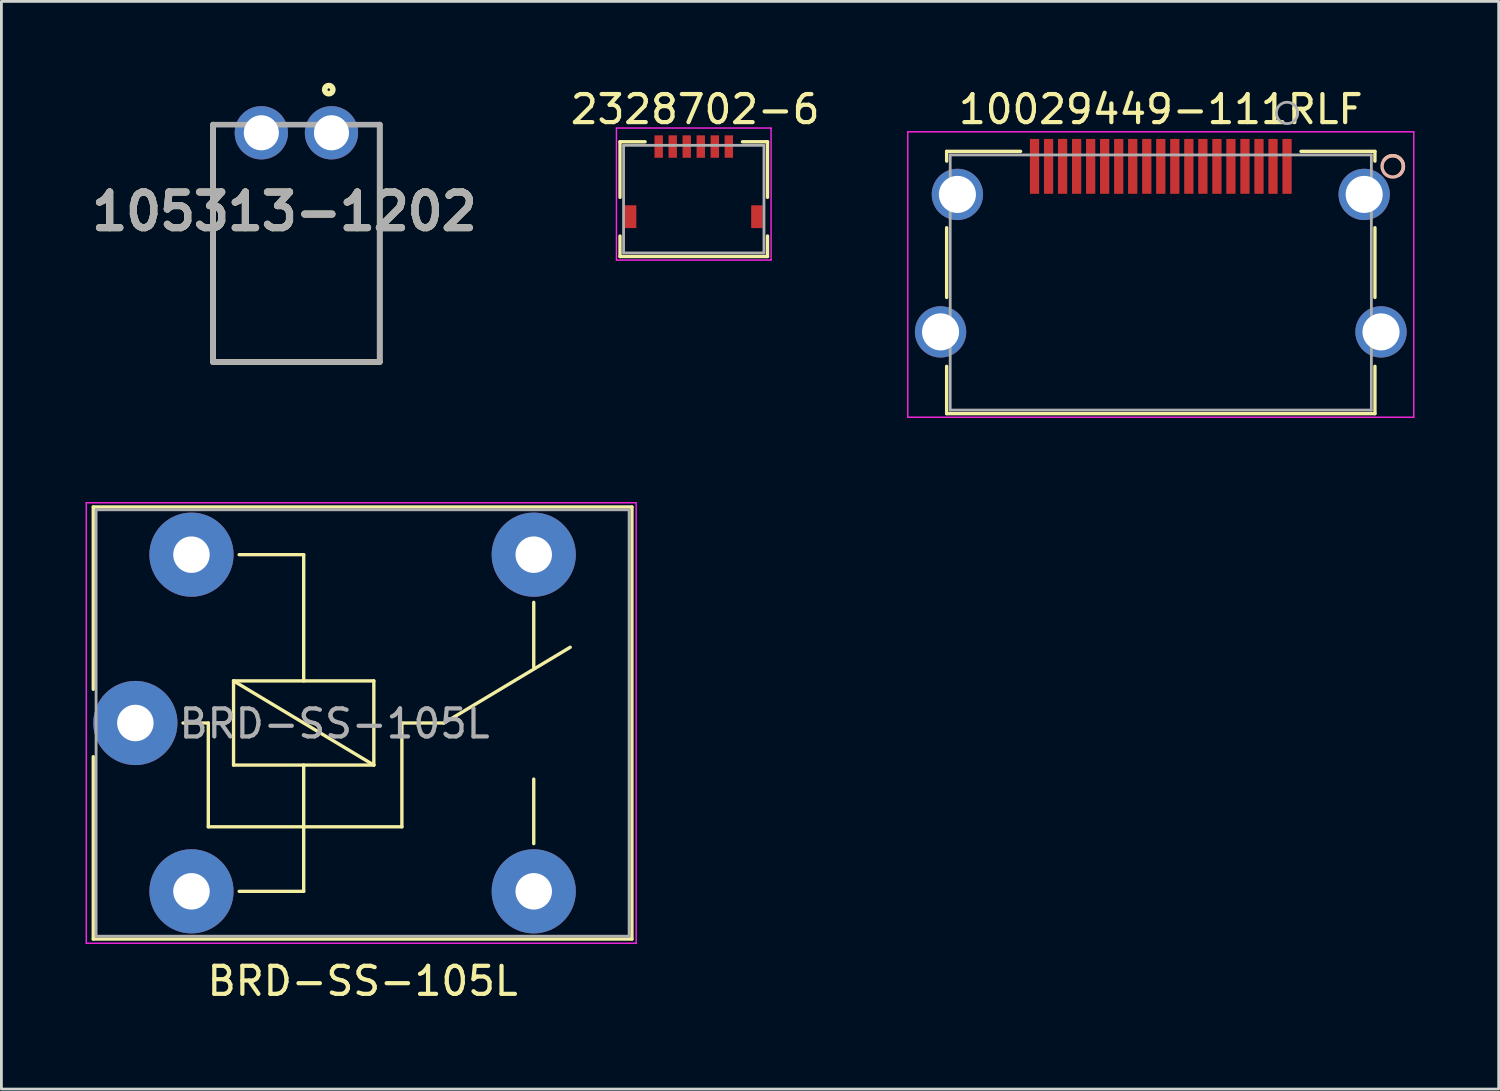
<source format=kicad_pcb>
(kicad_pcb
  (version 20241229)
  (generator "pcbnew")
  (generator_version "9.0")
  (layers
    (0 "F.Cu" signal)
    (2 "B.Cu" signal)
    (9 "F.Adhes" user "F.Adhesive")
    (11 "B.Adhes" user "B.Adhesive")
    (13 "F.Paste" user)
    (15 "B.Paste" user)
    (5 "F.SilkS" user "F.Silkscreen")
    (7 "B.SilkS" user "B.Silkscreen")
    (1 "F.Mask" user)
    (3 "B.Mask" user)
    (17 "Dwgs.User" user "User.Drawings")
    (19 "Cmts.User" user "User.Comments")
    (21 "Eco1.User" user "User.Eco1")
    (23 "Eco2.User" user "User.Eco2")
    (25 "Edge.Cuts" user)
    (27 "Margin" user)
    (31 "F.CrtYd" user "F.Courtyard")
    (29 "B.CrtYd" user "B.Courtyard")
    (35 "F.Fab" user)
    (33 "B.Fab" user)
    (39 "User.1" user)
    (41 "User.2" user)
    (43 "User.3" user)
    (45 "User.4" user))
  (footprint "10029449-111RLF"
    (layer "F.Cu")
    (at 42.826 2.88)
    (property "Reference" "10029449-111RLF" (at -4.5 -2.032 0) (layer "F.SilkS") (effects (font (size 1 1) (thickness 0.15))))
    (attr through_hole)
    (fp_line (start -12.133 -0.534) (end -12.133 -0.187) (stroke (width 0.12) (type solid)) (layer "F.SilkS"))
    (fp_line (start -12.133 2.187) (end -12.133 4.672) (stroke (width 0.12) (type solid)) (layer "F.SilkS"))
    (fp_line (start -12.133 7.128) (end -12.133 8.814) (stroke (width 0.12) (type solid)) (layer "F.SilkS"))
    (fp_line (start -12.133 8.814) (end 3.133 8.814) (stroke (width 0.12) (type solid)) (layer "F.SilkS"))
    (fp_line (start -9.498 -0.534) (end -12.133 -0.534) (stroke (width 0.12) (type solid)) (layer "F.SilkS"))
    (fp_line (start 3.133 -0.534) (end 0.498 -0.534) (stroke (width 0.12) (type solid)) (layer "F.SilkS"))
    (fp_line (start 3.133 -0.187) (end 3.133 -0.534) (stroke (width 0.12) (type solid)) (layer "F.SilkS"))
    (fp_line (start 3.133 4.672) (end 3.133 2.187) (stroke (width 0.12) (type solid)) (layer "F.SilkS"))
    (fp_line (start 3.133 8.814) (end 3.133 7.128) (stroke (width 0.12) (type solid)) (layer "F.SilkS"))
    (fp_arc (start 3.465633 -0.232201) (mid 3.890324 -0.360727) (end 4.148699 0) (stroke (width 0.12) (type solid)) (layer "F.SilkS"))
    (fp_arc (start 4.148699 0) (mid 4.107991 0.171355) (end 3.994564 0.306093) (stroke (width 0.12) (type solid)) (layer "F.SilkS"))
    (fp_circle (center 3.768 0) (end 4.149 0) (stroke (width 0.12) (type solid)) (fill no) (layer "B.SilkS"))
    (fp_line (start -13.518 -1.232) (end -13.518 8.941) (stroke (width 0.05) (type solid)) (layer "F.CrtYd"))
    (fp_line (start -13.518 8.941) (end 4.518 8.941) (stroke (width 0.05) (type solid)) (layer "F.CrtYd"))
    (fp_line (start 4.518 -1.232) (end -13.518 -1.232) (stroke (width 0.05) (type solid)) (layer "F.CrtYd"))
    (fp_line (start 4.518 8.941) (end 4.518 -1.232) (stroke (width 0.05) (type solid)) (layer "F.CrtYd"))
    (fp_line (start -12.006 -0.407) (end -12.006 8.687) (stroke (width 0.1) (type solid)) (layer "F.Fab"))
    (fp_line (start -12.006 8.687) (end 3.006 8.687) (stroke (width 0.1) (type solid)) (layer "F.Fab"))
    (fp_line (start 3.006 -0.407) (end -12.006 -0.407) (stroke (width 0.1) (type solid)) (layer "F.Fab"))
    (fp_line (start 3.006 8.687) (end 3.006 -0.407) (stroke (width 0.1) (type solid)) (layer "F.Fab"))
    (fp_circle (center 0 -1.905) (end 0.381 -1.905) (stroke (width 0.1) (type solid)) (fill no) (layer "F.Fab"))
    (pad "1" smd rect (at 0 0) (size 0.33 1.956) (layers "F.Cu" "F.Mask" "F.Paste"))
    (pad "2" smd rect (at -0.5 0) (size 0.33 1.956) (layers "F.Cu" "F.Mask" "F.Paste"))
    (pad "3" smd rect (at -1 0) (size 0.33 1.956) (layers "F.Cu" "F.Mask" "F.Paste"))
    (pad "4" smd rect (at -1.5 0) (size 0.33 1.956) (layers "F.Cu" "F.Mask" "F.Paste"))
    (pad "5" smd rect (at -2 0) (size 0.33 1.956) (layers "F.Cu" "F.Mask" "F.Paste"))
    (pad "6" smd rect (at -2.5 0) (size 0.33 1.956) (layers "F.Cu" "F.Mask" "F.Paste"))
    (pad "7" smd rect (at -3 0) (size 0.33 1.956) (layers "F.Cu" "F.Mask" "F.Paste"))
    (pad "8" smd rect (at -3.5 0) (size 0.33 1.956) (layers "F.Cu" "F.Mask" "F.Paste"))
    (pad "9" smd rect (at -4 0) (size 0.33 1.956) (layers "F.Cu" "F.Mask" "F.Paste"))
    (pad "10" smd rect (at -4.5 0) (size 0.33 1.956) (layers "F.Cu" "F.Mask" "F.Paste"))
    (pad "11" smd rect (at -5 0) (size 0.33 1.956) (layers "F.Cu" "F.Mask" "F.Paste"))
    (pad "12" smd rect (at -5.5 0) (size 0.33 1.956) (layers "F.Cu" "F.Mask" "F.Paste"))
    (pad "13" smd rect (at -6 0) (size 0.33 1.956) (layers "F.Cu" "F.Mask" "F.Paste"))
    (pad "14" smd rect (at -6.5 0) (size 0.33 1.956) (layers "F.Cu" "F.Mask" "F.Paste"))
    (pad "15" smd rect (at -7 0) (size 0.33 1.956) (layers "F.Cu" "F.Mask" "F.Paste"))
    (pad "16" smd rect (at -7.5 0) (size 0.33 1.956) (layers "F.Cu" "F.Mask" "F.Paste"))
    (pad "17" smd rect (at -8 0) (size 0.33 1.956) (layers "F.Cu" "F.Mask" "F.Paste"))
    (pad "18" smd rect (at -8.5 0) (size 0.33 1.956) (layers "F.Cu" "F.Mask" "F.Paste"))
    (pad "19" smd rect (at -9 0) (size 0.33 1.956) (layers "F.Cu" "F.Mask" "F.Paste"))
    (pad "20" thru_hole circle (at -11.75 1) (size 1.829 1.829) (drill 1.321) (layers "*.Cu" "*.Mask"))
    (pad "21" thru_hole circle (at 2.75 1) (size 1.829 1.829) (drill 1.321) (layers "*.Cu" "*.Mask"))
    (pad "22" thru_hole circle (at -12.35 5.9) (size 1.829 1.829) (drill 1.321) (layers "*.Cu" "*.Mask"))
    (pad "23" thru_hole circle (at 3.35 5.9) (size 1.829 1.829) (drill 1.321) (layers "*.Cu" "*.Mask")))
  (footprint "2328702-6"
    (layer "F.Cu")
    (at 21.679 4.048)
    (property "Reference" "2328702-6" (at 0.05 -3.2 0) (layer "F.SilkS") (effects (font (size 1 1) (thickness 0.15))))
    (attr through_hole)
    (fp_line (start -2.629 -2.045) (end -2.629 -0.063) (stroke (width 0.12) (type solid)) (layer "F.SilkS"))
    (fp_line (start -2.629 1.315) (end -2.629 2.045) (stroke (width 0.12) (type solid)) (layer "F.SilkS"))
    (fp_line (start -2.629 2.045) (end 2.629 2.045) (stroke (width 0.12) (type solid)) (layer "F.SilkS"))
    (fp_line (start -1.735 -2.045) (end -2.629 -2.045) (stroke (width 0.12) (type solid)) (layer "F.SilkS"))
    (fp_line (start 2.629 -2.045) (end 1.735 -2.045) (stroke (width 0.12) (type solid)) (layer "F.SilkS"))
    (fp_line (start 2.629 -0.063) (end 2.629 -2.045) (stroke (width 0.12) (type solid)) (layer "F.SilkS"))
    (fp_line (start 2.629 2.045) (end 2.629 1.315) (stroke (width 0.12) (type solid)) (layer "F.SilkS"))
    (fp_line (start -2.756 -2.534) (end -2.756 2.172) (stroke (width 0.05) (type solid)) (layer "F.CrtYd"))
    (fp_line (start -2.756 2.172) (end 2.756 2.172) (stroke (width 0.05) (type solid)) (layer "F.CrtYd"))
    (fp_line (start 2.756 -2.534) (end -2.756 -2.534) (stroke (width 0.05) (type solid)) (layer "F.CrtYd"))
    (fp_line (start 2.756 2.172) (end 2.756 -2.534) (stroke (width 0.05) (type solid)) (layer "F.CrtYd"))
    (fp_line (start -2.502 -1.918) (end -2.502 1.918) (stroke (width 0.1) (type solid)) (layer "F.Fab"))
    (fp_line (start -2.502 1.918) (end 2.502 1.918) (stroke (width 0.1) (type solid)) (layer "F.Fab"))
    (fp_line (start 2.502 -1.918) (end -2.502 -1.918) (stroke (width 0.1) (type solid)) (layer "F.Fab"))
    (fp_line (start 2.502 1.918) (end 2.502 -1.918) (stroke (width 0.1) (type solid)) (layer "F.Fab"))
    (pad "1" smd rect (at -1.25 -1.874) (size 0.3 0.8) (layers "F.Cu" "F.Mask" "F.Paste"))
    (pad "2" smd rect (at -0.75 -1.874) (size 0.3 0.8) (layers "F.Cu" "F.Mask" "F.Paste"))
    (pad "3" smd rect (at -0.25 -1.874) (size 0.3 0.8) (layers "F.Cu" "F.Mask" "F.Paste"))
    (pad "4" smd rect (at 0.25 -1.874) (size 0.3 0.8) (layers "F.Cu" "F.Mask" "F.Paste"))
    (pad "5" smd rect (at 0.75 -1.874) (size 0.3 0.8) (layers "F.Cu" "F.Mask" "F.Paste"))
    (pad "6" smd rect (at 1.25 -1.874) (size 0.3 0.8) (layers "F.Cu" "F.Mask" "F.Paste"))
    (pad "7" smd rect (at -2.25 0.626) (size 0.406 0.813) (layers "F.Cu" "F.Mask" "F.Paste"))
    (pad "8" smd rect (at 2.25 0.626) (size 0.406 0.813) (layers "F.Cu" "F.Mask" "F.Paste")))
  (footprint "BRD-SS-105L"
    (layer "F.Cu")
    (at 1.775 22.721)
    (property "Reference" "BRD-SS-105L" (at 8.1 9.2 0) (layer "F.SilkS") (effects (font (size 1 1) (thickness 0.15))))
    (attr through_hole)
    (fp_line (start -1.5 -7.7) (end -1.5 -1.2) (stroke (width 0.12) (type solid)) (layer "F.SilkS"))
    (fp_line (start -1.5 -7.7) (end 17.7 -7.7) (stroke (width 0.12) (type solid)) (layer "F.SilkS"))
    (fp_line (start -1.5 1.2) (end -1.5 7.7) (stroke (width 0.12) (type solid)) (layer "F.SilkS"))
    (fp_line (start 2.6 0) (end 1.7 0) (stroke (width 0.12) (type solid)) (layer "F.SilkS"))
    (fp_line (start 2.6 0) (end 2.6 3.7) (stroke (width 0.12) (type solid)) (layer "F.SilkS"))
    (fp_line (start 3.5 -1.5) (end 8.5 -1.5) (stroke (width 0.12) (type solid)) (layer "F.SilkS"))
    (fp_line (start 3.5 1.5) (end 3.5 -1.5) (stroke (width 0.12) (type solid)) (layer "F.SilkS"))
    (fp_line (start 3.7 6) (end 6 6) (stroke (width 0.12) (type solid)) (layer "F.SilkS"))
    (fp_line (start 6 -6) (end 3.7 -6) (stroke (width 0.12) (type solid)) (layer "F.SilkS"))
    (fp_line (start 6 -6) (end 6 -1.5) (stroke (width 0.12) (type solid)) (layer "F.SilkS"))
    (fp_line (start 6 1.5) (end 6 6) (stroke (width 0.12) (type solid)) (layer "F.SilkS"))
    (fp_line (start 8.5 -1.5) (end 8.5 1.5) (stroke (width 0.12) (type solid)) (layer "F.SilkS"))
    (fp_line (start 8.5 1.5) (end 3.5 -1.5) (stroke (width 0.12) (type solid)) (layer "F.SilkS"))
    (fp_line (start 8.5 1.5) (end 3.5 1.5) (stroke (width 0.12) (type solid)) (layer "F.SilkS"))
    (fp_line (start 9.5 0) (end 9.5 3.7) (stroke (width 0.12) (type solid)) (layer "F.SilkS"))
    (fp_line (start 9.5 0) (end 11 0) (stroke (width 0.12) (type solid)) (layer "F.SilkS"))
    (fp_line (start 9.5 3.7) (end 2.6 3.7) (stroke (width 0.12) (type solid)) (layer "F.SilkS"))
    (fp_line (start 11 0) (end 15.5 -2.7) (stroke (width 0.12) (type solid)) (layer "F.SilkS"))
    (fp_line (start 14.2 -4.3) (end 14.2 -2) (stroke (width 0.12) (type solid)) (layer "F.SilkS"))
    (fp_line (start 14.2 4.3) (end 14.2 2) (stroke (width 0.12) (type solid)) (layer "F.SilkS"))
    (fp_line (start 17.7 -7.7) (end 17.7 7.7) (stroke (width 0.12) (type solid)) (layer "F.SilkS"))
    (fp_line (start 17.7 7.7) (end -1.5 7.7) (stroke (width 0.12) (type solid)) (layer "F.SilkS"))
    (fp_line (start -1.75 7.85) (end -1.75 -7.85) (stroke (width 0.05) (type solid)) (layer "F.CrtYd"))
    (fp_line (start -1.75 7.85) (end 17.85 7.85) (stroke (width 0.05) (type solid)) (layer "F.CrtYd"))
    (fp_line (start 17.85 -7.85) (end -1.75 -7.85) (stroke (width 0.05) (type solid)) (layer "F.CrtYd"))
    (fp_line (start 17.85 -7.85) (end 17.85 7.85) (stroke (width 0.05) (type solid)) (layer "F.CrtYd"))
    (fp_line (start -1.4 -7.6) (end 17.6 -7.6) (stroke (width 0.1) (type solid)) (layer "F.Fab"))
    (fp_line (start -1.4 7.6) (end -1.4 -7.6) (stroke (width 0.1) (type solid)) (layer "F.Fab"))
    (fp_line (start 17.6 -7.6) (end 17.6 7.6) (stroke (width 0.1) (type solid)) (layer "F.Fab"))
    (fp_line (start 17.6 7.6) (end -1.4 7.6) (stroke (width 0.1) (type solid)) (layer "F.Fab"))
    (fp_text user "${REFERENCE}" (at 7.1 0.025 0) (layer "F.Fab") (effects (font (size 1 1) (thickness 0.15))))
    (pad "11" thru_hole circle (at 0 0) (size 3 3) (drill 1.3) (layers "*.Cu" "*.Mask"))
    (pad "12" thru_hole circle (at 14.2 -6) (size 3 3) (drill 1.3) (layers "*.Cu" "*.Mask"))
    (pad "14" thru_hole circle (at 14.2 6) (size 3 3) (drill 1.3) (layers "*.Cu" "*.Mask"))
    (pad "A1" thru_hole circle (at 2 6) (size 3 3) (drill 1.3) (layers "*.Cu" "*.Mask"))
    (pad "A2" thru_hole circle (at 2 -6) (size 3 3) (drill 1.3) (layers "*.Cu" "*.Mask")))
  (footprint "105313-1202"
    (layer "F.Cu")
    (at 7.515 1.393)
    (property "Reference" "105313-1202" (at -0.427 3.097 0) (layer "F.SilkS") (effects (font (size 1.27 1.27) (thickness 0.254))))
    (attr through_hole)
    (fp_line (start -2.97 0) (end -2.97 8.46) (stroke (width 0.2) (type solid)) (layer "F.SilkS"))
    (fp_line (start -2.97 8.46) (end 2.97 8.46) (stroke (width 0.2) (type solid)) (layer "F.SilkS"))
    (fp_line (start 2.97 8.46) (end 2.97 0) (stroke (width 0.2) (type solid)) (layer "F.SilkS"))
    (fp_circle (center 1.154 -1.248) (end 1.154 -1.203) (stroke (width 0.2) (type solid)) (fill no) (layer "F.SilkS"))
    (fp_line (start -2.97 0) (end 2.97 0) (stroke (width 0.2) (type solid)) (layer "F.Fab"))
    (fp_line (start -2.97 8.46) (end -2.97 0) (stroke (width 0.2) (type solid)) (layer "F.Fab"))
    (fp_line (start 2.97 0) (end 2.97 8.46) (stroke (width 0.2) (type solid)) (layer "F.Fab"))
    (fp_line (start 2.97 8.46) (end -2.97 8.46) (stroke (width 0.2) (type solid)) (layer "F.Fab"))
    (fp_text user "${REFERENCE}" (at -0.427 3.097 0) (layer "F.Fab") (effects (font (size 1.27 1.27) (thickness 0.254))))
    (pad "" np_thru_hole circle (at -1.25 7.47) (size 0.001 0.001) (drill 1.75) (layers "*.Cu" "*.Mask"))
    (pad "" np_thru_hole circle (at 1.25 7.47) (size 0.001 0.001) (drill 1.75) (layers "*.Cu" "*.Mask"))
    (pad "1" thru_hole circle (at 1.25 0.29) (size 1.9 1.9) (drill 1.25) (layers "*.Cu" "*.Mask"))
    (pad "2" thru_hole circle (at -1.25 0.29) (size 1.9 1.9) (drill 1.25) (layers "*.Cu" "*.Mask")))
  (gr_rect
    (start -3 -3)
    (end 50.37 35.769)
    (stroke (width 0.1) (type default))
    (fill no)
    (layer "Edge.Cuts")))
</source>
